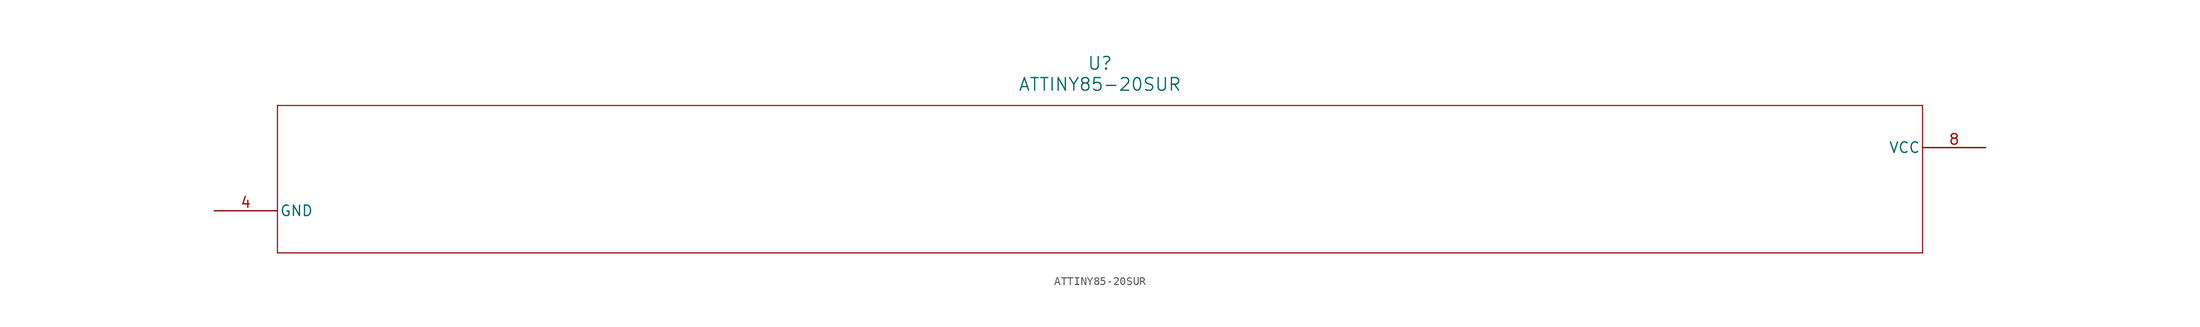
<source format=kicad_sym>
(kicad_symbol_lib
  (version 20211014)
  (generator kicad_symbol_editor)
  (symbol "ATTINY85-20SUR"
    (pin_names
      (offset 0.254))
    (property "Reference" "U"
      (at 106.68 10.16 0)
      (effects (font (size 1.524 1.524))))
    (property "Value" "ATTINY85-20SUR"
      (at 106.68 7.62 0)
      (effects (font (size 1.524 1.524))))
    (symbol "ATTINY85-20SUR_0_1"
      (polyline (pts (xy 7.62 5.08) (xy 7.62 -12.7)) (stroke (width .127) (type default) (color 0 0 0 0)) (fill (type none)))
      (polyline (pts (xy 7.62 -12.7) (xy 205.74 -12.7)) (stroke (width .127) (type default) (color 0 0 0 0)) (fill (type none)))
      (polyline (pts (xy 205.74 -12.7) (xy 205.74 5.08)) (stroke (width .127) (type default) (color 0 0 0 0)) (fill (type none)))
      (polyline (pts (xy 205.74 5.08) (xy 7.62 5.08)) (stroke (width .127) (type default) (color 0 0 0 0)) (fill (type none)))
      (pin power_in line (at 0 -7.62 0) (length 7.62) (name "GND" (effects (font (size 1.27 1.27)))) (number "4" (effects (font (size 1.27 1.27)))))
      (pin power_in line (at 213.36 0 180) (length 7.62) (name "VCC" (effects (font (size 1.27 1.27)))) (number "8" (effects (font (size 1.27 1.27))))))))
</source>
